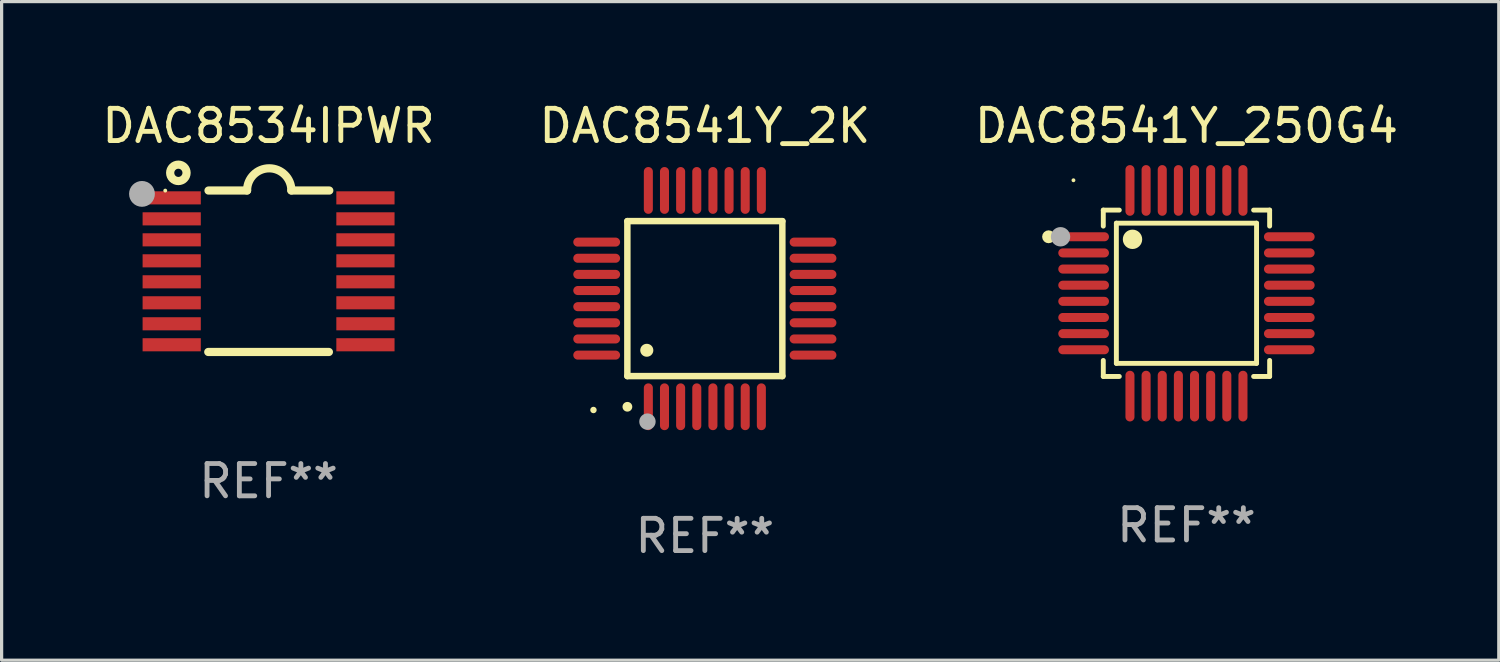
<source format=kicad_pcb>
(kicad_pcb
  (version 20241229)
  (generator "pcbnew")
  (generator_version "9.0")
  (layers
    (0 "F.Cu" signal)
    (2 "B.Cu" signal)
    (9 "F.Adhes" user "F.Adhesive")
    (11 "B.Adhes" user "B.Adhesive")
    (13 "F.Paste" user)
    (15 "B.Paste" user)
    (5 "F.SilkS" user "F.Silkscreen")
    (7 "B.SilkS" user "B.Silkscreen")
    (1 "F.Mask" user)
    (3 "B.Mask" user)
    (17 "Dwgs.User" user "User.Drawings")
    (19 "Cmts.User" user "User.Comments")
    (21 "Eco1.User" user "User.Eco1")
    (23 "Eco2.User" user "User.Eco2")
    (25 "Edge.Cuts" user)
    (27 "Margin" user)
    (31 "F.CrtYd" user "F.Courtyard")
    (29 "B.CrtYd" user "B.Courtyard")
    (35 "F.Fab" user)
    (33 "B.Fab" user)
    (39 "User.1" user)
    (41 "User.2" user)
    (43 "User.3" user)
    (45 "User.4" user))
  (footprint "DAC8534IPWR"
    (layer "F.Cu")
    (at 5.268 5.35)
    (property "Reference" "DAC8534IPWR" (at 0 -4.501 0) (layer "F.SilkS") (effects (font (size 1 1) (thickness 0.15))))
    (attr through_hole)
    (fp_line (start -1.868 2.501) (end 1.868 2.501) (stroke (width 0.254) (type solid)) (layer "F.SilkS"))
    (fp_line (start -1.86 -2.499) (end -0.666 -2.501) (stroke (width 0.254) (type solid)) (layer "F.SilkS"))
    (fp_line (start 0.706 -2.501) (end 1.88 -2.499) (stroke (width 0.254) (type solid)) (layer "F.SilkS"))
    (fp_arc (start -0.665914 -2.501448) (mid 0.019888 -3.18725) (end 0.70569 -2.501448) (stroke (width 0.254001) (type solid)) (layer "F.SilkS"))
    (fp_circle (center -3.2 -2.497) (end -3.17 -2.497) (stroke (width 0.06) (type solid)) (fill no) (layer "F.SilkS"))
    (fp_circle (center -2.794 -3.047) (end -2.54 -3.047) (stroke (width 0.254) (type solid)) (fill no) (layer "F.SilkS"))
    (fp_circle (center -3.921 -2.395) (end -3.721 -2.395) (stroke (width 0.4) (type solid)) (fill no) (layer "F.Fab"))
    (fp_text user "REF**" (at 0 6.501 0) (layer "F.Fab") (effects (font (size 1 1) (thickness 0.15))))
    (pad "1" smd rect (at -3 -2.272) (size 1.803 0.406) (layers "F.Cu" "F.Mask" "F.Paste"))
    (pad "2" smd rect (at -3 -1.622) (size 1.803 0.406) (layers "F.Cu" "F.Mask" "F.Paste"))
    (pad "3" smd rect (at -3 -0.972) (size 1.803 0.406) (layers "F.Cu" "F.Mask" "F.Paste"))
    (pad "4" smd rect (at -3 -0.322) (size 1.803 0.406) (layers "F.Cu" "F.Mask" "F.Paste"))
    (pad "5" smd rect (at -3 0.328) (size 1.803 0.406) (layers "F.Cu" "F.Mask" "F.Paste"))
    (pad "6" smd rect (at -3 0.978) (size 1.803 0.406) (layers "F.Cu" "F.Mask" "F.Paste"))
    (pad "7" smd rect (at -3 1.628) (size 1.803 0.406) (layers "F.Cu" "F.Mask" "F.Paste"))
    (pad "8" smd rect (at -3 2.278) (size 1.803 0.406) (layers "F.Cu" "F.Mask" "F.Paste"))
    (pad "9" smd rect (at 3 2.278) (size 1.803 0.406) (layers "F.Cu" "F.Mask" "F.Paste"))
    (pad "10" smd rect (at 3 1.628) (size 1.803 0.406) (layers "F.Cu" "F.Mask" "F.Paste"))
    (pad "11" smd rect (at 3 0.978) (size 1.803 0.406) (layers "F.Cu" "F.Mask" "F.Paste"))
    (pad "12" smd rect (at 3 0.328) (size 1.803 0.406) (layers "F.Cu" "F.Mask" "F.Paste"))
    (pad "13" smd rect (at 3 -0.322) (size 1.803 0.406) (layers "F.Cu" "F.Mask" "F.Paste"))
    (pad "14" smd rect (at 3 -0.972) (size 1.803 0.406) (layers "F.Cu" "F.Mask" "F.Paste"))
    (pad "15" smd rect (at 3 -1.622) (size 1.803 0.406) (layers "F.Cu" "F.Mask" "F.Paste"))
    (pad "16" smd rect (at 3 -2.272) (size 1.803 0.406) (layers "F.Cu" "F.Mask" "F.Paste")))
  (footprint "DAC8541Y_2K"
    (layer "F.Cu")
    (at 18.78 6.198)
    (property "Reference" "DAC8541Y_2K" (at 0 -5.35 0) (layer "F.SilkS") (effects (font (size 1 1) (thickness 0.15))))
    (attr through_hole)
    (fp_line (start -2.4 -2.4) (end -2.4 2.4) (stroke (width 0.2) (type solid)) (layer "F.SilkS"))
    (fp_line (start -2.4 2.4) (end 2.4 2.4) (stroke (width 0.2) (type solid)) (layer "F.SilkS"))
    (fp_line (start 2.4 -2.4) (end -2.4 -2.4) (stroke (width 0.2) (type solid)) (layer "F.SilkS"))
    (fp_line (start 2.4 2.4) (end 2.4 -2.4) (stroke (width 0.2) (type solid)) (layer "F.SilkS"))
    (fp_arc (start -2.400305 3.350267) (mid -2.399035 3.350262) (end -2.397765 3.350267) (stroke (width 0.3) (type solid)) (layer "F.SilkS"))
    (fp_arc (start -1.800864 1.600203) (mid -1.798324 1.600187) (end -1.795784 1.600203) (stroke (width 0.4) (type solid)) (layer "F.SilkS"))
    (fp_circle (center -3.45 3.45) (end -3.4 3.45) (stroke (width 0.1) (type solid)) (fill no) (layer "F.SilkS"))
    (fp_circle (center -1.778 3.81) (end -1.651 3.81) (stroke (width 0.254) (type solid)) (fill no) (layer "F.Fab"))
    (fp_text user "REF**" (at 0 7.35 0) (layer "F.Fab") (effects (font (size 1 1) (thickness 0.15))))
    (pad "1" smd oval (at -1.75 3.35) (size 0.28 1.45) (layers "F.Cu" "F.Mask" "F.Paste"))
    (pad "2" smd oval (at -1.25 3.35) (size 0.28 1.45) (layers "F.Cu" "F.Mask" "F.Paste"))
    (pad "3" smd oval (at -0.75 3.35) (size 0.28 1.45) (layers "F.Cu" "F.Mask" "F.Paste"))
    (pad "4" smd oval (at -0.25 3.35) (size 0.28 1.45) (layers "F.Cu" "F.Mask" "F.Paste"))
    (pad "5" smd oval (at 0.25 3.35) (size 0.28 1.45) (layers "F.Cu" "F.Mask" "F.Paste"))
    (pad "6" smd oval (at 0.75 3.35) (size 0.28 1.45) (layers "F.Cu" "F.Mask" "F.Paste"))
    (pad "7" smd oval (at 1.25 3.35) (size 0.28 1.45) (layers "F.Cu" "F.Mask" "F.Paste"))
    (pad "8" smd oval (at 1.75 3.35) (size 0.28 1.45) (layers "F.Cu" "F.Mask" "F.Paste"))
    (pad "9" smd oval (at 3.35 1.75) (size 1.45 0.28) (layers "F.Cu" "F.Mask" "F.Paste"))
    (pad "10" smd oval (at 3.35 1.25) (size 1.45 0.28) (layers "F.Cu" "F.Mask" "F.Paste"))
    (pad "11" smd oval (at 3.35 0.75) (size 1.45 0.28) (layers "F.Cu" "F.Mask" "F.Paste"))
    (pad "12" smd oval (at 3.35 0.25) (size 1.45 0.28) (layers "F.Cu" "F.Mask" "F.Paste"))
    (pad "13" smd oval (at 3.35 -0.25) (size 1.45 0.28) (layers "F.Cu" "F.Mask" "F.Paste"))
    (pad "14" smd oval (at 3.35 -0.75) (size 1.45 0.28) (layers "F.Cu" "F.Mask" "F.Paste"))
    (pad "15" smd oval (at 3.35 -1.25) (size 1.45 0.28) (layers "F.Cu" "F.Mask" "F.Paste"))
    (pad "16" smd oval (at 3.35 -1.75) (size 1.45 0.28) (layers "F.Cu" "F.Mask" "F.Paste"))
    (pad "17" smd oval (at 1.75 -3.35) (size 0.28 1.45) (layers "F.Cu" "F.Mask" "F.Paste"))
    (pad "18" smd oval (at 1.25 -3.35) (size 0.28 1.45) (layers "F.Cu" "F.Mask" "F.Paste"))
    (pad "19" smd oval (at 0.75 -3.35) (size 0.28 1.45) (layers "F.Cu" "F.Mask" "F.Paste"))
    (pad "20" smd oval (at 0.25 -3.35) (size 0.28 1.45) (layers "F.Cu" "F.Mask" "F.Paste"))
    (pad "21" smd oval (at -0.25 -3.35) (size 0.28 1.45) (layers "F.Cu" "F.Mask" "F.Paste"))
    (pad "22" smd oval (at -0.75 -3.35) (size 0.28 1.45) (layers "F.Cu" "F.Mask" "F.Paste"))
    (pad "23" smd oval (at -1.25 -3.35) (size 0.28 1.45) (layers "F.Cu" "F.Mask" "F.Paste"))
    (pad "24" smd oval (at -1.75 -3.35) (size 0.28 1.45) (layers "F.Cu" "F.Mask" "F.Paste"))
    (pad "25" smd oval (at -3.35 -1.75) (size 1.45 0.28) (layers "F.Cu" "F.Mask" "F.Paste"))
    (pad "26" smd oval (at -3.35 -1.25) (size 1.45 0.28) (layers "F.Cu" "F.Mask" "F.Paste"))
    (pad "27" smd oval (at -3.35 -0.75) (size 1.45 0.28) (layers "F.Cu" "F.Mask" "F.Paste"))
    (pad "28" smd oval (at -3.35 -0.25) (size 1.45 0.28) (layers "F.Cu" "F.Mask" "F.Paste"))
    (pad "29" smd oval (at -3.35 0.25) (size 1.45 0.28) (layers "F.Cu" "F.Mask" "F.Paste"))
    (pad "30" smd oval (at -3.35 0.75) (size 1.45 0.28) (layers "F.Cu" "F.Mask" "F.Paste"))
    (pad "31" smd oval (at -3.35 1.25) (size 1.45 0.28) (layers "F.Cu" "F.Mask" "F.Paste"))
    (pad "32" smd oval (at -3.35 1.75) (size 1.45 0.28) (layers "F.Cu" "F.Mask" "F.Paste")))
  (footprint "DAC8541Y_250G4"
    (layer "F.Cu")
    (at 33.696 6.033)
    (property "Reference" "DAC8541Y_250G4" (at 0 -5.185 0) (layer "F.SilkS") (effects (font (size 1 1) (thickness 0.15))))
    (attr through_hole)
    (fp_line (start -2.576 -2.576) (end -2.576 -2.08) (stroke (width 0.152) (type solid)) (layer "F.SilkS"))
    (fp_line (start -2.576 2.576) (end -2.576 2.08) (stroke (width 0.152) (type solid)) (layer "F.SilkS"))
    (fp_line (start -2.171 -2.171) (end 2.171 -2.171) (stroke (width 0.152) (type solid)) (layer "F.SilkS"))
    (fp_line (start -2.171 2.171) (end -2.171 -2.171) (stroke (width 0.152) (type solid)) (layer "F.SilkS"))
    (fp_line (start -2.08 -2.576) (end -2.576 -2.576) (stroke (width 0.152) (type solid)) (layer "F.SilkS"))
    (fp_line (start -2.08 2.576) (end -2.576 2.576) (stroke (width 0.152) (type solid)) (layer "F.SilkS"))
    (fp_line (start 2.08 -2.576) (end 2.576 -2.576) (stroke (width 0.152) (type solid)) (layer "F.SilkS"))
    (fp_line (start 2.08 2.576) (end 2.576 2.576) (stroke (width 0.152) (type solid)) (layer "F.SilkS"))
    (fp_line (start 2.171 -2.171) (end 2.171 2.171) (stroke (width 0.152) (type solid)) (layer "F.SilkS"))
    (fp_line (start 2.171 2.171) (end -2.171 2.171) (stroke (width 0.152) (type solid)) (layer "F.SilkS"))
    (fp_line (start 2.576 -2.576) (end 2.576 -2.08) (stroke (width 0.152) (type solid)) (layer "F.SilkS"))
    (fp_line (start 2.576 2.576) (end 2.576 2.08) (stroke (width 0.152) (type solid)) (layer "F.SilkS"))
    (fp_circle (center -4.27 -1.75) (end -4.17 -1.75) (stroke (width 0.2) (type solid)) (fill no) (layer "F.SilkS"))
    (fp_circle (center -3.5 -3.5) (end -3.47 -3.5) (stroke (width 0.06) (type solid)) (fill no) (layer "F.SilkS"))
    (fp_circle (center -1.671 -1.671) (end -1.521 -1.671) (stroke (width 0.3) (type solid)) (fill no) (layer "F.SilkS"))
    (fp_circle (center -3.9 -1.75) (end -3.75 -1.75) (stroke (width 0.3) (type solid)) (fill no) (layer "F.Fab"))
    (fp_text user "REF**" (at 0 7.185 0) (layer "F.Fab") (effects (font (size 1 1) (thickness 0.15))))
    (pad "1" smd oval (at -3.185 -1.75 270) (size 0.28 1.57) (layers "F.Cu" "F.Mask" "F.Paste"))
    (pad "2" smd oval (at -3.185 -1.25 270) (size 0.28 1.57) (layers "F.Cu" "F.Mask" "F.Paste"))
    (pad "3" smd oval (at -3.185 -0.75 270) (size 0.28 1.57) (layers "F.Cu" "F.Mask" "F.Paste"))
    (pad "4" smd oval (at -3.185 -0.25 270) (size 0.28 1.57) (layers "F.Cu" "F.Mask" "F.Paste"))
    (pad "5" smd oval (at -3.185 0.25 270) (size 0.28 1.57) (layers "F.Cu" "F.Mask" "F.Paste"))
    (pad "6" smd oval (at -3.185 0.75 270) (size 0.28 1.57) (layers "F.Cu" "F.Mask" "F.Paste"))
    (pad "7" smd oval (at -3.185 1.25 270) (size 0.28 1.57) (layers "F.Cu" "F.Mask" "F.Paste"))
    (pad "8" smd oval (at -3.185 1.75 270) (size 0.28 1.57) (layers "F.Cu" "F.Mask" "F.Paste"))
    (pad "9" smd oval (at -1.75 3.185 270) (size 1.57 0.28) (layers "F.Cu" "F.Mask" "F.Paste"))
    (pad "10" smd oval (at -1.25 3.185 270) (size 1.57 0.28) (layers "F.Cu" "F.Mask" "F.Paste"))
    (pad "11" smd oval (at -0.75 3.185 270) (size 1.57 0.28) (layers "F.Cu" "F.Mask" "F.Paste"))
    (pad "12" smd oval (at -0.25 3.185 270) (size 1.57 0.28) (layers "F.Cu" "F.Mask" "F.Paste"))
    (pad "13" smd oval (at 0.25 3.185 270) (size 1.57 0.28) (layers "F.Cu" "F.Mask" "F.Paste"))
    (pad "14" smd oval (at 0.75 3.185 270) (size 1.57 0.28) (layers "F.Cu" "F.Mask" "F.Paste"))
    (pad "15" smd oval (at 1.25 3.185 270) (size 1.57 0.28) (layers "F.Cu" "F.Mask" "F.Paste"))
    (pad "16" smd oval (at 1.75 3.185 270) (size 1.57 0.28) (layers "F.Cu" "F.Mask" "F.Paste"))
    (pad "17" smd oval (at 3.185 1.75 270) (size 0.28 1.57) (layers "F.Cu" "F.Mask" "F.Paste"))
    (pad "18" smd oval (at 3.185 1.25 270) (size 0.28 1.57) (layers "F.Cu" "F.Mask" "F.Paste"))
    (pad "19" smd oval (at 3.185 0.75 270) (size 0.28 1.57) (layers "F.Cu" "F.Mask" "F.Paste"))
    (pad "20" smd oval (at 3.185 0.25 270) (size 0.28 1.57) (layers "F.Cu" "F.Mask" "F.Paste"))
    (pad "21" smd oval (at 3.185 -0.25 270) (size 0.28 1.57) (layers "F.Cu" "F.Mask" "F.Paste"))
    (pad "22" smd oval (at 3.185 -0.75 270) (size 0.28 1.57) (layers "F.Cu" "F.Mask" "F.Paste"))
    (pad "23" smd oval (at 3.185 -1.25 270) (size 0.28 1.57) (layers "F.Cu" "F.Mask" "F.Paste"))
    (pad "24" smd oval (at 3.185 -1.75 270) (size 0.28 1.57) (layers "F.Cu" "F.Mask" "F.Paste"))
    (pad "25" smd oval (at 1.75 -3.185 270) (size 1.57 0.28) (layers "F.Cu" "F.Mask" "F.Paste"))
    (pad "26" smd oval (at 1.25 -3.185 270) (size 1.57 0.28) (layers "F.Cu" "F.Mask" "F.Paste"))
    (pad "27" smd oval (at 0.75 -3.185 270) (size 1.57 0.28) (layers "F.Cu" "F.Mask" "F.Paste"))
    (pad "28" smd oval (at 0.25 -3.185 270) (size 1.57 0.28) (layers "F.Cu" "F.Mask" "F.Paste"))
    (pad "29" smd oval (at -0.25 -3.185 270) (size 1.57 0.28) (layers "F.Cu" "F.Mask" "F.Paste"))
    (pad "30" smd oval (at -0.75 -3.185 270) (size 1.57 0.28) (layers "F.Cu" "F.Mask" "F.Paste"))
    (pad "31" smd oval (at -1.25 -3.185 270) (size 1.57 0.28) (layers "F.Cu" "F.Mask" "F.Paste"))
    (pad "32" smd oval (at -1.75 -3.185 270) (size 1.57 0.28) (layers "F.Cu" "F.Mask" "F.Paste")))
  (gr_rect
    (start -3 -3)
    (end 43.369 17.397)
    (stroke (width 0.1) (type default))
    (fill no)
    (layer "Edge.Cuts")))
</source>
